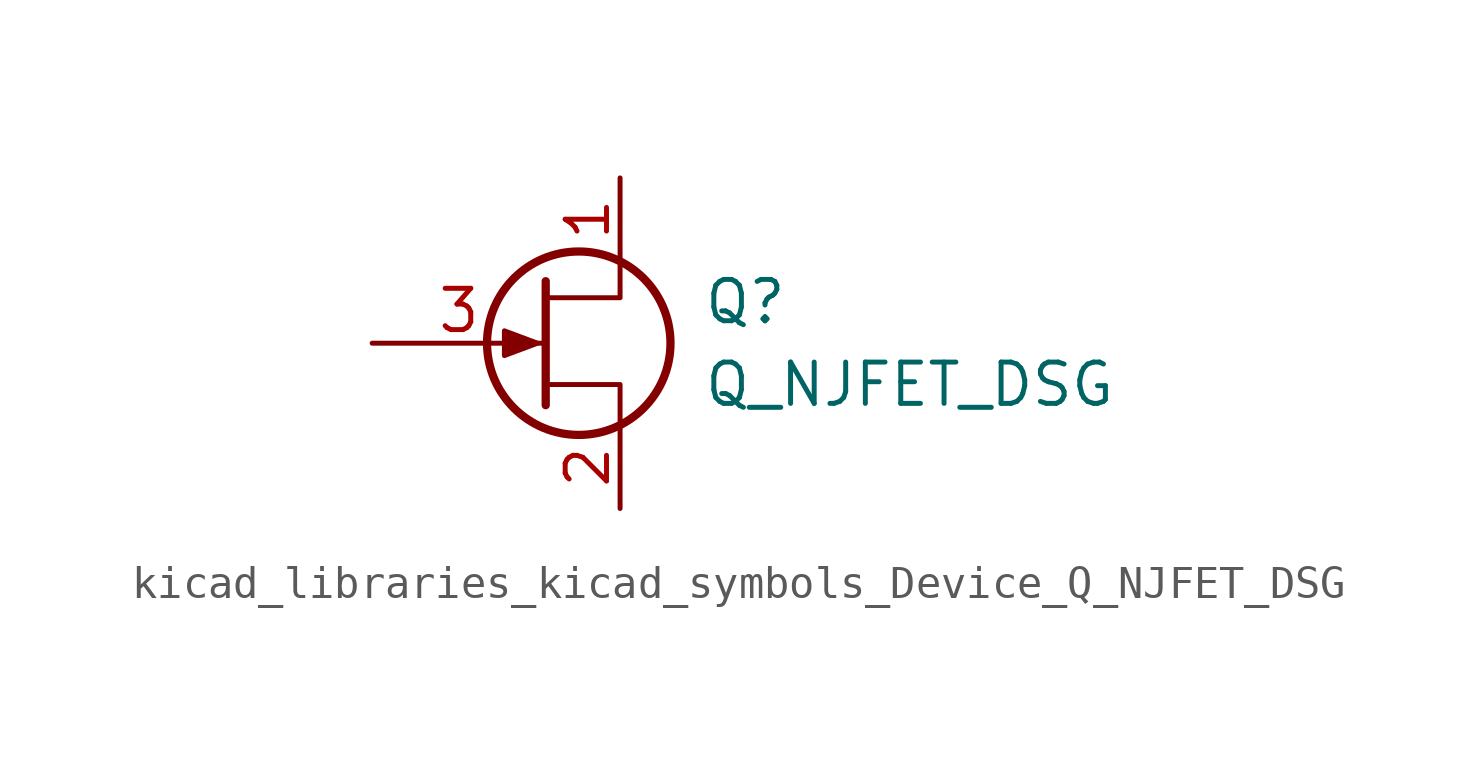
<source format=kicad_sym>
(kicad_symbol_lib
  (version 20220914)
  (generator kicad_symbol_editor)
  (symbol "kicad_libraries_kicad_symbols_Device_Q_NJFET_DSG"
    (pin_names
      (offset 0) hide)
    (property "Reference" "Q"
      (at 5.08 1.27 0)
      (effects (font (size 1.27 1.27)) (justify left)))
    (property "Value" "Q_NJFET_DSG"
      (at 5.08 -1.27 0)
      (effects (font (size 1.27 1.27)) (justify left)))
    (symbol "kicad_libraries_kicad_symbols_Device_Q_NJFET_DSG_0_1"
      (polyline (pts (xy 0.254 1.905) (xy 0.254 -1.905) (xy 0.254 -1.905)) (stroke (width 0.254) (type default)) (fill (type none)))
      (polyline (pts (xy 2.54 -2.54) (xy 2.54 -1.27) (xy 0.254 -1.27)) (stroke (width 0) (type default)) (fill (type none)))
      (polyline (pts (xy 2.54 2.54) (xy 2.54 1.397) (xy 0.254 1.397)) (stroke (width 0) (type default)) (fill (type none)))
      (polyline (pts (xy 0 0) (xy -1.016 0.381) (xy -1.016 -0.381) (xy 0 0)) (stroke (width 0) (type default)) (fill (type outline)))
      (circle (center 1.27 0) (radius 2.819) (stroke (width 0.254) (type default)) (fill (type none))))
    (symbol "kicad_libraries_kicad_symbols_Device_Q_NJFET_DSG_1_1"
      (pin passive line (at 2.54 5.08 270) (length 2.54) (name "D" (effects (font (size 1.27 1.27)))) (number "1" (effects (font (size 1.27 1.27)))))
      (pin passive line (at 2.54 -5.08 90) (length 2.54) (name "S" (effects (font (size 1.27 1.27)))) (number "2" (effects (font (size 1.27 1.27)))))
      (pin input line (at -5.08 0 0) (length 5.334) (name "G" (effects (font (size 1.27 1.27)))) (number "3" (effects (font (size 1.27 1.27))))))))
</source>
